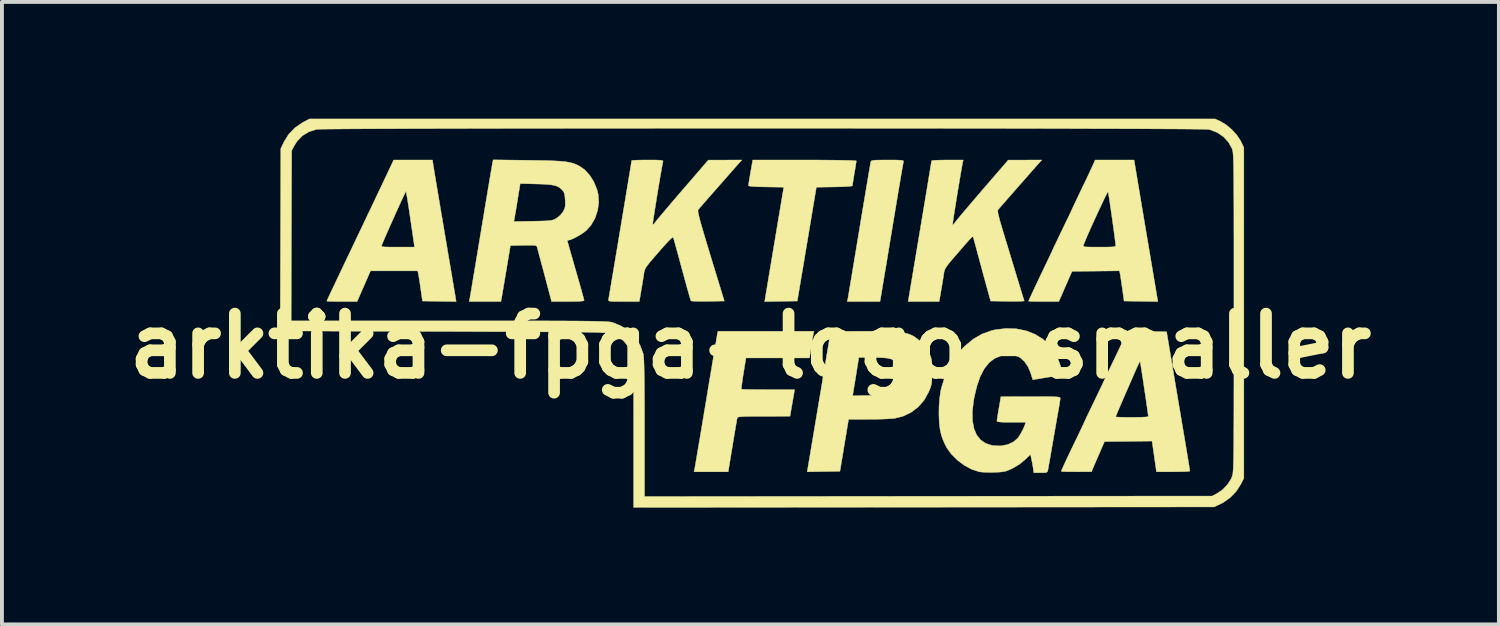
<source format=kicad_pcb>
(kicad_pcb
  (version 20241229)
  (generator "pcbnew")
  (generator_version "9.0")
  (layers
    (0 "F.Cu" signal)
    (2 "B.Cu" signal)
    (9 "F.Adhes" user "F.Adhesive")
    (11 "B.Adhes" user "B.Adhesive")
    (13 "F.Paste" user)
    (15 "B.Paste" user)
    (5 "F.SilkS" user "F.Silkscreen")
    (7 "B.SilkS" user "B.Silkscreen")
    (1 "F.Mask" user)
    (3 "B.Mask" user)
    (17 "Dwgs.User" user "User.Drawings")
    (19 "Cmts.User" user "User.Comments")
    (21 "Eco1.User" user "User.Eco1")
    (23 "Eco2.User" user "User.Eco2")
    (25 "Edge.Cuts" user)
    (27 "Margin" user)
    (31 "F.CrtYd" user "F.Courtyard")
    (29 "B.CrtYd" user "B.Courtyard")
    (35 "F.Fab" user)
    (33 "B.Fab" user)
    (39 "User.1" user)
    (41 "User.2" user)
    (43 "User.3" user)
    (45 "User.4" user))
  (footprint "arktika-fpga-logo-smaller"
    (layer "F.Cu")
    (at 16.227 5.84)
    (property "Reference" "arktika-fpga-logo-smaller" (at 0 0 0) (layer "F.SilkS") (effects (font (size 1.524 1.524) (thickness 0.3))))
    (attr through_hole)
    (fp_poly (pts (xy 1.665 -4.78) (xy 1.916 -4.778) (xy 2.141 -4.776) (xy 2.334 -4.774) (xy 2.493 -4.77) (xy 2.613 -4.767) (xy 2.69 -4.762) (xy 2.72 -4.758) (xy 2.721 -4.757) (xy 2.716 -4.724) (xy 2.705 -4.652) (xy 2.689 -4.551) (xy 2.67 -4.437) (xy 2.65 -4.319) (xy 2.634 -4.219) (xy 2.623 -4.148) (xy 2.619 -4.117) (xy 2.595 -4.11) (xy 2.528 -4.102) (xy 2.426 -4.096) (xy 2.297 -4.091) (xy 2.156 -4.088) (xy 1.694 -4.081) (xy 1.585 -3.432) (xy 1.552 -3.232) (xy 1.512 -2.995) (xy 1.469 -2.736) (xy 1.424 -2.47) (xy 1.381 -2.21) (xy 1.341 -1.971) (xy 1.34 -1.97) (xy 1.204 -1.157) (xy 0.784 -1.15) (xy 0.365 -1.143) (xy 0.61 -2.612) (xy 0.856 -4.081) (xy 0.402 -4.088) (xy 0.225 -4.092) (xy 0.094 -4.097) (xy 0.008 -4.105) (xy -0.039 -4.114) (xy -0.051 -4.124) (xy -0.047 -4.16) (xy -0.035 -4.234) (xy -0.018 -4.338) (xy 0.002 -4.459) (xy 0.004 -4.467) (xy 0.059 -4.78) (xy 1.39 -4.78) (xy 1.665 -4.78)) (stroke (width 0.01) (type solid)) (fill yes) (layer "F.SilkS"))
    (fp_poly (pts (xy 3.68 -4.78) (xy 3.791 -4.778) (xy 3.865 -4.774) (xy 3.908 -4.768) (xy 3.929 -4.758) (xy 3.933 -4.744) (xy 3.931 -4.735) (xy 3.925 -4.703) (xy 3.911 -4.625) (xy 3.89 -4.506) (xy 3.863 -4.348) (xy 3.831 -4.158) (xy 3.794 -3.938) (xy 3.753 -3.694) (xy 3.709 -3.428) (xy 3.662 -3.147) (xy 3.636 -2.987) (xy 3.588 -2.698) (xy 3.542 -2.422) (xy 3.5 -2.163) (xy 3.46 -1.927) (xy 3.425 -1.717) (xy 3.395 -1.538) (xy 3.371 -1.394) (xy 3.353 -1.289) (xy 3.343 -1.227) (xy 3.341 -1.214) (xy 3.327 -1.144) (xy 2.488 -1.144) (xy 2.502 -1.214) (xy 2.509 -1.251) (xy 2.523 -1.333) (xy 2.543 -1.457) (xy 2.57 -1.618) (xy 2.603 -1.812) (xy 2.64 -2.035) (xy 2.681 -2.282) (xy 2.725 -2.549) (xy 2.772 -2.832) (xy 2.798 -2.987) (xy 2.845 -3.276) (xy 2.891 -3.551) (xy 2.934 -3.807) (xy 2.973 -4.041) (xy 3.008 -4.248) (xy 3.037 -4.424) (xy 3.062 -4.565) (xy 3.079 -4.666) (xy 3.09 -4.724) (xy 3.092 -4.735) (xy 3.101 -4.752) (xy 3.123 -4.764) (xy 3.164 -4.772) (xy 3.231 -4.777) (xy 3.333 -4.779) (xy 3.476 -4.78) (xy 3.525 -4.78) (xy 3.68 -4.78)) (stroke (width 0.01) (type solid)) (fill yes) (layer "F.SilkS"))
    (fp_poly (pts (xy 1.619 -0.324) (xy 1.61 -0.277) (xy 1.595 -0.191) (xy 1.577 -0.082) (xy 1.562 0.019) (xy 1.518 0.305) (xy -0.115 0.305) (xy -0.179 0.7) (xy -0.201 0.836) (xy -0.217 0.953) (xy -0.229 1.042) (xy -0.233 1.096) (xy -0.232 1.107) (xy -0.205 1.11) (xy -0.133 1.113) (xy -0.024 1.115) (xy 0.116 1.117) (xy 0.279 1.118) (xy 0.457 1.119) (xy 1.135 1.119) (xy 1.077 1.456) (xy 1.055 1.58) (xy 1.037 1.684) (xy 1.024 1.76) (xy 1.018 1.797) (xy 1.018 1.799) (xy 0.993 1.801) (xy 0.924 1.802) (xy 0.818 1.803) (xy 0.681 1.804) (xy 0.519 1.805) (xy 0.345 1.805) (xy 0.142 1.805) (xy -0.016 1.806) (xy -0.135 1.808) (xy -0.219 1.812) (xy -0.277 1.817) (xy -0.312 1.824) (xy -0.33 1.834) (xy -0.339 1.847) (xy -0.339 1.85) (xy -0.347 1.886) (xy -0.361 1.965) (xy -0.381 2.081) (xy -0.405 2.225) (xy -0.433 2.391) (xy -0.461 2.562) (xy -0.571 3.229) (xy -1.45 3.229) (xy -1.437 3.172) (xy -1.43 3.137) (xy -1.416 3.057) (xy -1.395 2.935) (xy -1.368 2.776) (xy -1.336 2.584) (xy -1.298 2.364) (xy -1.257 2.118) (xy -1.213 1.853) (xy -1.166 1.572) (xy -1.143 1.437) (xy -1.096 1.149) (xy -1.05 0.875) (xy -1.007 0.619) (xy -0.968 0.385) (xy -0.933 0.178) (xy -0.903 0.001) (xy -0.879 -0.14) (xy -0.862 -0.242) (xy -0.852 -0.301) (xy -0.85 -0.311) (xy -0.835 -0.381) (xy 1.633 -0.381) (xy 1.619 -0.324)) (stroke (width 0.01) (type solid)) (fill yes) (layer "F.SilkS"))
    (fp_poly (pts (xy -8.141 -4.608) (xy -8.132 -4.552) (xy -8.116 -4.451) (xy -8.092 -4.31) (xy -8.063 -4.134) (xy -8.028 -3.927) (xy -7.989 -3.695) (xy -7.947 -3.443) (xy -7.901 -3.175) (xy -7.857 -2.911) (xy -7.81 -2.635) (xy -7.766 -2.372) (xy -7.724 -2.125) (xy -7.686 -1.9) (xy -7.652 -1.701) (xy -7.624 -1.533) (xy -7.602 -1.401) (xy -7.586 -1.31) (xy -7.579 -1.264) (xy -7.559 -1.143) (xy -8.425 -1.157) (xy -8.471 -1.475) (xy -8.489 -1.603) (xy -8.507 -1.718) (xy -8.522 -1.809) (xy -8.532 -1.862) (xy -8.532 -1.862) (xy -8.547 -1.932) (xy -9.759 -1.932) (xy -9.931 -1.538) (xy -10.104 -1.144) (xy -10.493 -1.144) (xy -10.627 -1.145) (xy -10.741 -1.147) (xy -10.827 -1.15) (xy -10.875 -1.154) (xy -10.882 -1.156) (xy -10.872 -1.182) (xy -10.842 -1.247) (xy -10.797 -1.344) (xy -10.739 -1.467) (xy -10.671 -1.61) (xy -10.63 -1.697) (xy -10.501 -1.969) (xy -10.368 -2.247) (xy -10.233 -2.529) (xy -10.214 -2.571) (xy -9.475 -2.571) (xy -9.465 -2.559) (xy -9.435 -2.551) (xy -9.379 -2.546) (xy -9.289 -2.544) (xy -9.159 -2.543) (xy -9.059 -2.543) (xy -8.628 -2.543) (xy -8.732 -3.252) (xy -8.759 -3.436) (xy -8.784 -3.604) (xy -8.807 -3.747) (xy -8.826 -3.861) (xy -8.84 -3.939) (xy -8.847 -3.974) (xy -8.848 -3.975) (xy -8.86 -3.955) (xy -8.89 -3.895) (xy -8.933 -3.803) (xy -8.988 -3.684) (xy -9.051 -3.546) (xy -9.119 -3.396) (xy -9.189 -3.24) (xy -9.258 -3.085) (xy -9.323 -2.938) (xy -9.381 -2.806) (xy -9.428 -2.696) (xy -9.462 -2.614) (xy -9.472 -2.587) (xy -9.475 -2.571) (xy -10.214 -2.571) (xy -10.1 -2.81) (xy -9.968 -3.086) (xy -9.842 -3.352) (xy -9.721 -3.605) (xy -9.609 -3.841) (xy -9.508 -4.055) (xy -9.418 -4.243) (xy -9.343 -4.402) (xy -9.284 -4.527) (xy -9.243 -4.614) (xy -9.222 -4.659) (xy -9.166 -4.78) (xy -8.168 -4.78) (xy -8.141 -4.608)) (stroke (width 0.01) (type solid)) (fill yes) (layer "F.SilkS"))
    (fp_poly (pts (xy 3.176 -0.38) (xy 3.402 -0.377) (xy 3.588 -0.372) (xy 3.74 -0.364) (xy 3.864 -0.352) (xy 3.965 -0.336) (xy 4.048 -0.315) (xy 4.12 -0.288) (xy 4.185 -0.256) (xy 4.206 -0.244) (xy 4.337 -0.146) (xy 4.461 -0.014) (xy 4.564 0.134) (xy 4.598 0.199) (xy 4.627 0.264) (xy 4.646 0.323) (xy 4.657 0.388) (xy 4.663 0.473) (xy 4.665 0.59) (xy 4.665 0.661) (xy 4.663 0.796) (xy 4.659 0.895) (xy 4.65 0.971) (xy 4.633 1.04) (xy 4.606 1.114) (xy 4.577 1.182) (xy 4.463 1.388) (xy 4.311 1.563) (xy 4.127 1.703) (xy 3.917 1.803) (xy 3.712 1.855) (xy 3.634 1.863) (xy 3.517 1.87) (xy 3.371 1.876) (xy 3.208 1.88) (xy 3.039 1.881) (xy 3.034 1.881) (xy 2.522 1.881) (xy 2.493 2.053) (xy 2.479 2.133) (xy 2.46 2.252) (xy 2.435 2.398) (xy 2.408 2.56) (xy 2.382 2.721) (xy 2.299 3.216) (xy 1.458 3.23) (xy 1.758 1.443) (xy 1.786 1.276) (xy 2.625 1.276) (xy 3.061 1.267) (xy 3.223 1.262) (xy 3.343 1.258) (xy 3.431 1.251) (xy 3.496 1.241) (xy 3.546 1.227) (xy 3.59 1.207) (xy 3.605 1.199) (xy 3.723 1.11) (xy 3.808 0.991) (xy 3.857 0.853) (xy 3.867 0.706) (xy 3.835 0.562) (xy 3.803 0.496) (xy 3.754 0.425) (xy 3.696 0.372) (xy 3.622 0.335) (xy 3.523 0.311) (xy 3.393 0.298) (xy 3.222 0.293) (xy 3.154 0.292) (xy 2.785 0.292) (xy 2.742 0.559) (xy 2.719 0.703) (xy 2.694 0.859) (xy 2.67 1.002) (xy 2.662 1.051) (xy 2.625 1.276) (xy 1.786 1.276) (xy 1.808 1.149) (xy 1.854 0.868) (xy 1.898 0.607) (xy 1.938 0.368) (xy 1.973 0.156) (xy 2.004 -0.025) (xy 2.028 -0.172) (xy 2.046 -0.28) (xy 2.056 -0.344) (xy 2.059 -0.362) (xy 2.083 -0.367) (xy 2.153 -0.371) (xy 2.261 -0.375) (xy 2.403 -0.377) (xy 2.572 -0.38) (xy 2.762 -0.381) (xy 2.905 -0.381) (xy 3.176 -0.38)) (stroke (width 0.01) (type solid)) (fill yes) (layer "F.SilkS"))
    (fp_poly (pts (xy 9.975 -4.062) (xy 10.007 -3.872) (xy 10.045 -3.643) (xy 10.089 -3.384) (xy 10.135 -3.107) (xy 10.183 -2.823) (xy 10.231 -2.541) (xy 10.276 -2.273) (xy 10.281 -2.243) (xy 10.466 -1.143) (xy 9.598 -1.157) (xy 9.556 -1.46) (xy 9.537 -1.587) (xy 9.52 -1.704) (xy 9.506 -1.797) (xy 9.497 -1.848) (xy 9.481 -1.933) (xy 8.871 -1.926) (xy 8.261 -1.92) (xy 7.921 -1.144) (xy 7.533 -1.144) (xy 7.399 -1.145) (xy 7.285 -1.146) (xy 7.2 -1.149) (xy 7.152 -1.152) (xy 7.145 -1.153) (xy 7.155 -1.181) (xy 7.186 -1.251) (xy 7.235 -1.356) (xy 7.299 -1.494) (xy 7.376 -1.658) (xy 7.465 -1.844) (xy 7.549 -2.018) (xy 7.613 -2.153) (xy 7.67 -2.271) (xy 7.714 -2.366) (xy 7.744 -2.429) (xy 7.755 -2.454) (xy 7.755 -2.454) (xy 7.765 -2.478) (xy 7.795 -2.541) (xy 7.809 -2.571) (xy 8.552 -2.571) (xy 8.563 -2.559) (xy 8.594 -2.551) (xy 8.652 -2.546) (xy 8.744 -2.544) (xy 8.876 -2.543) (xy 8.961 -2.543) (xy 9.117 -2.543) (xy 9.229 -2.545) (xy 9.304 -2.549) (xy 9.35 -2.555) (xy 9.374 -2.565) (xy 9.382 -2.58) (xy 9.382 -2.587) (xy 9.379 -2.625) (xy 9.369 -2.706) (xy 9.355 -2.819) (xy 9.336 -2.957) (xy 9.315 -3.112) (xy 9.292 -3.276) (xy 9.269 -3.439) (xy 9.246 -3.594) (xy 9.226 -3.733) (xy 9.208 -3.846) (xy 9.195 -3.927) (xy 9.188 -3.965) (xy 9.188 -3.966) (xy 9.176 -3.951) (xy 9.146 -3.897) (xy 9.102 -3.809) (xy 9.047 -3.694) (xy 8.984 -3.56) (xy 8.915 -3.413) (xy 8.845 -3.259) (xy 8.775 -3.106) (xy 8.71 -2.96) (xy 8.652 -2.828) (xy 8.604 -2.716) (xy 8.57 -2.631) (xy 8.554 -2.587) (xy 8.552 -2.571) (xy 7.809 -2.571) (xy 7.841 -2.637) (xy 7.899 -2.759) (xy 7.967 -2.901) (xy 8.009 -2.987) (xy 8.081 -3.138) (xy 8.146 -3.272) (xy 8.199 -3.383) (xy 8.238 -3.466) (xy 8.26 -3.513) (xy 8.263 -3.521) (xy 8.274 -3.545) (xy 8.303 -3.608) (xy 8.348 -3.702) (xy 8.405 -3.822) (xy 8.471 -3.96) (xy 8.488 -3.995) (xy 8.562 -4.149) (xy 8.633 -4.298) (xy 8.697 -4.433) (xy 8.748 -4.544) (xy 8.783 -4.619) (xy 8.784 -4.621) (xy 8.855 -4.78) (xy 9.855 -4.78) (xy 9.975 -4.062)) (stroke (width 0.01) (type solid)) (fill yes) (layer "F.SilkS"))
    (fp_poly (pts (xy 10.187 -0.376) (xy 10.69 -0.369) (xy 10.846 0.559) (xy 10.89 0.822) (xy 10.939 1.113) (xy 10.99 1.418) (xy 11.042 1.722) (xy 11.09 2.011) (xy 11.134 2.269) (xy 11.146 2.339) (xy 11.18 2.541) (xy 11.211 2.727) (xy 11.238 2.891) (xy 11.26 3.027) (xy 11.277 3.13) (xy 11.287 3.193) (xy 11.289 3.21) (xy 11.265 3.216) (xy 11.198 3.222) (xy 11.097 3.226) (xy 10.97 3.228) (xy 10.86 3.229) (xy 10.43 3.229) (xy 10.4 3.019) (xy 10.381 2.889) (xy 10.361 2.747) (xy 10.343 2.626) (xy 10.343 2.625) (xy 10.316 2.44) (xy 9.095 2.454) (xy 8.927 2.841) (xy 8.759 3.228) (xy 8.371 3.229) (xy 8.237 3.228) (xy 8.124 3.227) (xy 8.038 3.224) (xy 7.991 3.221) (xy 7.984 3.219) (xy 7.995 3.187) (xy 8.028 3.111) (xy 8.081 2.994) (xy 8.154 2.838) (xy 8.246 2.646) (xy 8.337 2.457) (xy 8.406 2.314) (xy 8.467 2.187) (xy 8.516 2.083) (xy 8.551 2.01) (xy 8.567 1.973) (xy 8.568 1.97) (xy 8.579 1.946) (xy 8.609 1.882) (xy 8.639 1.817) (xy 9.382 1.817) (xy 9.406 1.822) (xy 9.473 1.825) (xy 9.573 1.828) (xy 9.699 1.83) (xy 9.802 1.831) (xy 9.941 1.829) (xy 10.061 1.826) (xy 10.153 1.821) (xy 10.208 1.815) (xy 10.221 1.81) (xy 10.217 1.777) (xy 10.207 1.703) (xy 10.192 1.595) (xy 10.173 1.461) (xy 10.151 1.31) (xy 10.127 1.148) (xy 10.102 0.985) (xy 10.079 0.826) (xy 10.056 0.681) (xy 10.037 0.558) (xy 10.022 0.463) (xy 10.012 0.405) (xy 10.009 0.39) (xy 9.997 0.409) (xy 9.968 0.466) (xy 9.927 0.554) (xy 9.878 0.663) (xy 9.865 0.693) (xy 9.745 0.97) (xy 9.643 1.202) (xy 9.56 1.393) (xy 9.495 1.545) (xy 9.445 1.661) (xy 9.411 1.743) (xy 9.39 1.794) (xy 9.382 1.816) (xy 9.382 1.817) (xy 8.639 1.817) (xy 8.654 1.786) (xy 8.713 1.664) (xy 8.781 1.522) (xy 8.823 1.435) (xy 8.895 1.285) (xy 8.959 1.151) (xy 9.013 1.04) (xy 9.052 0.957) (xy 9.073 0.911) (xy 9.077 0.903) (xy 9.087 0.879) (xy 9.116 0.816) (xy 9.161 0.723) (xy 9.217 0.605) (xy 9.282 0.47) (xy 9.283 0.467) (xy 9.357 0.313) (xy 9.431 0.158) (xy 9.499 0.014) (xy 9.556 -0.106) (xy 9.587 -0.172) (xy 9.684 -0.382) (xy 10.187 -0.376)) (stroke (width 0.01) (type solid)) (fill yes) (layer "F.SilkS"))
    (fp_poly (pts (xy 5.454 -4.723) (xy 5.443 -4.667) (xy 5.426 -4.572) (xy 5.404 -4.447) (xy 5.379 -4.299) (xy 5.351 -4.134) (xy 5.322 -3.961) (xy 5.294 -3.786) (xy 5.267 -3.617) (xy 5.242 -3.462) (xy 5.221 -3.327) (xy 5.205 -3.22) (xy 5.196 -3.149) (xy 5.193 -3.121) (xy 5.211 -3.125) (xy 5.246 -3.163) (xy 5.27 -3.195) (xy 5.302 -3.236) (xy 5.364 -3.311) (xy 5.45 -3.414) (xy 5.557 -3.54) (xy 5.681 -3.686) (xy 5.818 -3.846) (xy 5.963 -4.015) (xy 5.981 -4.036) (xy 6.623 -4.779) (xy 7.054 -4.779) (xy 7.485 -4.78) (xy 7.421 -4.71) (xy 7.389 -4.674) (xy 7.329 -4.607) (xy 7.247 -4.514) (xy 7.147 -4.4) (xy 7.036 -4.274) (xy 6.918 -4.14) (xy 6.799 -4.004) (xy 6.684 -3.873) (xy 6.579 -3.753) (xy 6.489 -3.65) (xy 6.419 -3.57) (xy 6.375 -3.519) (xy 6.364 -3.507) (xy 6.356 -3.488) (xy 6.355 -3.457) (xy 6.361 -3.407) (xy 6.378 -3.334) (xy 6.405 -3.231) (xy 6.445 -3.093) (xy 6.498 -2.915) (xy 6.531 -2.807) (xy 6.595 -2.598) (xy 6.663 -2.374) (xy 6.731 -2.148) (xy 6.796 -1.935) (xy 6.852 -1.749) (xy 6.878 -1.665) (xy 6.923 -1.516) (xy 6.964 -1.384) (xy 6.997 -1.276) (xy 7.022 -1.2) (xy 7.034 -1.164) (xy 7.035 -1.163) (xy 7.015 -1.157) (xy 6.952 -1.152) (xy 6.854 -1.149) (xy 6.729 -1.149) (xy 6.609 -1.15) (xy 6.171 -1.157) (xy 6.114 -1.36) (xy 6.091 -1.445) (xy 6.057 -1.568) (xy 6.015 -1.72) (xy 5.969 -1.89) (xy 5.921 -2.069) (xy 5.899 -2.148) (xy 5.854 -2.315) (xy 5.813 -2.468) (xy 5.778 -2.598) (xy 5.75 -2.699) (xy 5.733 -2.764) (xy 5.728 -2.781) (xy 5.723 -2.798) (xy 5.717 -2.808) (xy 5.705 -2.807) (xy 5.683 -2.791) (xy 5.648 -2.756) (xy 5.595 -2.699) (xy 5.521 -2.616) (xy 5.422 -2.502) (xy 5.294 -2.354) (xy 5.284 -2.342) (xy 5.175 -2.217) (xy 5.096 -2.121) (xy 5.041 -2.049) (xy 5.006 -1.993) (xy 4.985 -1.945) (xy 4.974 -1.899) (xy 4.972 -1.885) (xy 4.961 -1.813) (xy 4.944 -1.705) (xy 4.923 -1.578) (xy 4.902 -1.456) (xy 4.849 -1.144) (xy 4.051 -1.144) (xy 4.352 -2.943) (xy 4.401 -3.239) (xy 4.448 -3.52) (xy 4.492 -3.783) (xy 4.532 -4.023) (xy 4.567 -4.236) (xy 4.597 -4.419) (xy 4.621 -4.566) (xy 4.639 -4.675) (xy 4.65 -4.741) (xy 4.653 -4.761) (xy 4.677 -4.767) (xy 4.743 -4.773) (xy 4.843 -4.777) (xy 4.969 -4.779) (xy 5.06 -4.78) (xy 5.467 -4.78) (xy 5.454 -4.723)) (stroke (width 0.01) (type solid)) (fill yes) (layer "F.SilkS"))
    (fp_poly (pts (xy -5.713 -4.773) (xy -5.447 -4.769) (xy -5.226 -4.765) (xy -5.044 -4.758) (xy -4.896 -4.75) (xy -4.775 -4.739) (xy -4.676 -4.724) (xy -4.594 -4.706) (xy -4.521 -4.683) (xy -4.453 -4.654) (xy -4.403 -4.63) (xy -4.257 -4.529) (xy -4.127 -4.387) (xy -4.02 -4.215) (xy -3.941 -4.02) (xy -3.91 -3.891) (xy -3.896 -3.69) (xy -3.925 -3.484) (xy -3.992 -3.286) (xy -4.093 -3.108) (xy -4.207 -2.979) (xy -4.28 -2.92) (xy -4.374 -2.858) (xy -4.475 -2.8) (xy -4.569 -2.753) (xy -4.644 -2.725) (xy -4.672 -2.721) (xy -4.702 -2.712) (xy -4.704 -2.707) (xy -4.697 -2.68) (xy -4.678 -2.611) (xy -4.648 -2.504) (xy -4.609 -2.367) (xy -4.562 -2.206) (xy -4.511 -2.025) (xy -4.488 -1.946) (xy -4.434 -1.759) (xy -4.385 -1.587) (xy -4.343 -1.437) (xy -4.309 -1.314) (xy -4.285 -1.226) (xy -4.273 -1.178) (xy -4.271 -1.171) (xy -4.297 -1.16) (xy -4.372 -1.151) (xy -4.496 -1.146) (xy -4.668 -1.144) (xy -4.69 -1.144) (xy -5.109 -1.144) (xy -5.133 -1.239) (xy -5.157 -1.328) (xy -5.188 -1.446) (xy -5.225 -1.587) (xy -5.266 -1.742) (xy -5.309 -1.903) (xy -5.352 -2.062) (xy -5.392 -2.212) (xy -5.427 -2.343) (xy -5.455 -2.449) (xy -5.474 -2.521) (xy -5.482 -2.55) (xy -5.492 -2.568) (xy -5.514 -2.58) (xy -5.557 -2.587) (xy -5.629 -2.59) (xy -5.738 -2.59) (xy -5.831 -2.588) (xy -6.166 -2.581) (xy -6.272 -1.945) (xy -6.302 -1.767) (xy -6.33 -1.601) (xy -6.355 -1.456) (xy -6.374 -1.339) (xy -6.388 -1.259) (xy -6.394 -1.227) (xy -6.41 -1.144) (xy -7.225 -1.144) (xy -7.211 -1.214) (xy -7.204 -1.251) (xy -7.19 -1.333) (xy -7.169 -1.457) (xy -7.142 -1.618) (xy -7.11 -1.812) (xy -7.072 -2.035) (xy -7.031 -2.281) (xy -6.987 -2.548) (xy -6.94 -2.83) (xy -6.916 -2.975) (xy -6.879 -3.199) (xy -6.079 -3.199) (xy -5.588 -3.208) (xy -5.418 -3.211) (xy -5.289 -3.215) (xy -5.195 -3.22) (xy -5.128 -3.227) (xy -5.077 -3.238) (xy -5.036 -3.254) (xy -4.996 -3.275) (xy -4.987 -3.28) (xy -4.887 -3.358) (xy -4.813 -3.452) (xy -4.779 -3.517) (xy -4.761 -3.577) (xy -4.756 -3.652) (xy -4.759 -3.749) (xy -4.767 -3.854) (xy -4.781 -3.924) (xy -4.805 -3.975) (xy -4.831 -4.006) (xy -4.884 -4.056) (xy -4.941 -4.094) (xy -5.011 -4.121) (xy -5.103 -4.14) (xy -5.225 -4.153) (xy -5.384 -4.161) (xy -5.493 -4.164) (xy -5.914 -4.175) (xy -5.984 -3.747) (xy -6.007 -3.601) (xy -6.029 -3.469) (xy -6.048 -3.361) (xy -6.061 -3.286) (xy -6.066 -3.258) (xy -6.079 -3.199) (xy -6.879 -3.199) (xy -6.868 -3.263) (xy -6.823 -3.537) (xy -6.78 -3.794) (xy -6.741 -4.028) (xy -6.706 -4.235) (xy -6.676 -4.412) (xy -6.652 -4.553) (xy -6.635 -4.655) (xy -6.624 -4.714) (xy -6.622 -4.725) (xy -6.609 -4.784) (xy -5.713 -4.773)) (stroke (width 0.01) (type solid)) (fill yes) (layer "F.SilkS"))
    (fp_poly (pts (xy -0.284 -4.71) (xy -0.315 -4.675) (xy -0.375 -4.608) (xy -0.457 -4.514) (xy -0.557 -4.401) (xy -0.668 -4.274) (xy -0.786 -4.14) (xy -0.905 -4.004) (xy -1.02 -3.873) (xy -1.126 -3.753) (xy -1.216 -3.649) (xy -1.285 -3.569) (xy -1.329 -3.519) (xy -1.339 -3.507) (xy -1.345 -3.495) (xy -1.347 -3.475) (xy -1.345 -3.444) (xy -1.337 -3.399) (xy -1.323 -3.336) (xy -1.301 -3.252) (xy -1.272 -3.145) (xy -1.233 -3.01) (xy -1.184 -2.844) (xy -1.125 -2.645) (xy -1.053 -2.409) (xy -0.969 -2.132) (xy -0.871 -1.813) (xy -0.803 -1.589) (xy -0.671 -1.157) (xy -1.09 -1.15) (xy -1.231 -1.149) (xy -1.354 -1.15) (xy -1.45 -1.153) (xy -1.511 -1.158) (xy -1.527 -1.163) (xy -1.538 -1.191) (xy -1.56 -1.263) (xy -1.591 -1.372) (xy -1.631 -1.511) (xy -1.676 -1.676) (xy -1.726 -1.859) (xy -1.753 -1.958) (xy -1.805 -2.15) (xy -1.853 -2.328) (xy -1.896 -2.485) (xy -1.932 -2.615) (xy -1.959 -2.712) (xy -1.976 -2.769) (xy -1.979 -2.781) (xy -1.991 -2.791) (xy -2.014 -2.782) (xy -2.051 -2.751) (xy -2.108 -2.694) (xy -2.188 -2.608) (xy -2.295 -2.488) (xy -2.356 -2.418) (xy -2.476 -2.279) (xy -2.567 -2.173) (xy -2.632 -2.092) (xy -2.677 -2.03) (xy -2.705 -1.98) (xy -2.722 -1.937) (xy -2.731 -1.895) (xy -2.732 -1.887) (xy -2.743 -1.814) (xy -2.76 -1.706) (xy -2.781 -1.578) (xy -2.802 -1.456) (xy -2.855 -1.144) (xy -3.256 -1.144) (xy -3.407 -1.145) (xy -3.514 -1.146) (xy -3.585 -1.15) (xy -3.626 -1.157) (xy -3.644 -1.168) (xy -3.648 -1.183) (xy -3.647 -1.189) (xy -3.641 -1.221) (xy -3.628 -1.298) (xy -3.608 -1.416) (xy -3.582 -1.568) (xy -3.552 -1.75) (xy -3.517 -1.957) (xy -3.479 -2.184) (xy -3.438 -2.427) (xy -3.396 -2.68) (xy -3.353 -2.939) (xy -3.31 -3.199) (xy -3.267 -3.454) (xy -3.226 -3.7) (xy -3.188 -3.933) (xy -3.152 -4.146) (xy -3.121 -4.336) (xy -3.094 -4.497) (xy -3.073 -4.625) (xy -3.059 -4.714) (xy -3.052 -4.76) (xy -3.051 -4.765) (xy -3.027 -4.77) (xy -2.961 -4.775) (xy -2.86 -4.778) (xy -2.735 -4.78) (xy -2.643 -4.78) (xy -2.49 -4.78) (xy -2.381 -4.778) (xy -2.309 -4.774) (xy -2.267 -4.768) (xy -2.248 -4.757) (xy -2.245 -4.743) (xy -2.247 -4.735) (xy -2.257 -4.692) (xy -2.272 -4.607) (xy -2.293 -4.49) (xy -2.318 -4.347) (xy -2.345 -4.186) (xy -2.374 -4.014) (xy -2.403 -3.839) (xy -2.43 -3.667) (xy -2.456 -3.507) (xy -2.478 -3.365) (xy -2.495 -3.25) (xy -2.507 -3.167) (xy -2.511 -3.126) (xy -2.511 -3.123) (xy -2.494 -3.126) (xy -2.458 -3.163) (xy -2.434 -3.195) (xy -2.402 -3.236) (xy -2.34 -3.311) (xy -2.254 -3.414) (xy -2.147 -3.54) (xy -2.023 -3.686) (xy -1.886 -3.846) (xy -1.741 -4.015) (xy -1.722 -4.036) (xy -1.081 -4.779) (xy -0.65 -4.779) (xy -0.219 -4.78) (xy -0.284 -4.71)) (stroke (width 0.01) (type solid)) (fill yes) (layer "F.SilkS"))
    (fp_poly (pts (xy 6.829 -0.444) (xy 7.079 -0.394) (xy 7.309 -0.304) (xy 7.513 -0.178) (xy 7.688 -0.017) (xy 7.828 0.178) (xy 7.849 0.216) (xy 7.88 0.283) (xy 7.915 0.371) (xy 7.951 0.469) (xy 7.984 0.566) (xy 8.01 0.65) (xy 8.025 0.711) (xy 8.026 0.737) (xy 8.025 0.737) (xy 7.999 0.741) (xy 7.932 0.752) (xy 7.832 0.769) (xy 7.709 0.789) (xy 7.639 0.801) (xy 7.507 0.823) (xy 7.394 0.842) (xy 7.31 0.855) (xy 7.262 0.863) (xy 7.255 0.864) (xy 7.246 0.842) (xy 7.227 0.783) (xy 7.201 0.7) (xy 7.199 0.692) (xy 7.132 0.532) (xy 7.04 0.397) (xy 6.931 0.299) (xy 6.881 0.27) (xy 6.788 0.243) (xy 6.662 0.23) (xy 6.618 0.229) (xy 6.436 0.251) (xy 6.273 0.316) (xy 6.131 0.426) (xy 6.007 0.581) (xy 5.902 0.782) (xy 5.816 1.03) (xy 5.747 1.324) (xy 5.732 1.408) (xy 5.701 1.678) (xy 5.704 1.914) (xy 5.741 2.115) (xy 5.81 2.281) (xy 5.912 2.41) (xy 6.046 2.501) (xy 6.21 2.553) (xy 6.405 2.564) (xy 6.447 2.562) (xy 6.612 2.529) (xy 6.755 2.462) (xy 6.866 2.366) (xy 6.881 2.347) (xy 6.938 2.258) (xy 6.996 2.151) (xy 7.041 2.051) (xy 7.054 2.015) (xy 7.072 1.958) (xy 6.701 1.958) (xy 6.548 1.957) (xy 6.44 1.953) (xy 6.372 1.946) (xy 6.338 1.936) (xy 6.331 1.926) (xy 6.335 1.889) (xy 6.347 1.814) (xy 6.363 1.711) (xy 6.382 1.602) (xy 6.402 1.487) (xy 6.418 1.392) (xy 6.429 1.327) (xy 6.432 1.303) (xy 6.457 1.301) (xy 6.526 1.3) (xy 6.633 1.299) (xy 6.773 1.298) (xy 6.939 1.297) (xy 7.124 1.297) (xy 7.195 1.297) (xy 7.413 1.297) (xy 7.585 1.298) (xy 7.716 1.299) (xy 7.813 1.302) (xy 7.88 1.306) (xy 7.923 1.312) (xy 7.946 1.32) (xy 7.957 1.331) (xy 7.958 1.341) (xy 7.954 1.383) (xy 7.942 1.463) (xy 7.925 1.569) (xy 7.908 1.665) (xy 7.888 1.774) (xy 7.862 1.922) (xy 7.832 2.095) (xy 7.799 2.283) (xy 7.766 2.474) (xy 7.754 2.543) (xy 7.725 2.714) (xy 7.698 2.871) (xy 7.674 3.005) (xy 7.655 3.11) (xy 7.643 3.178) (xy 7.639 3.197) (xy 7.628 3.228) (xy 7.604 3.245) (xy 7.554 3.253) (xy 7.467 3.254) (xy 7.453 3.254) (xy 7.279 3.254) (xy 7.264 3.146) (xy 7.249 3.053) (xy 7.229 2.946) (xy 7.221 2.911) (xy 7.194 2.783) (xy 7.053 2.919) (xy 6.913 3.033) (xy 6.751 3.131) (xy 6.723 3.145) (xy 6.632 3.186) (xy 6.558 3.213) (xy 6.482 3.229) (xy 6.39 3.238) (xy 6.263 3.244) (xy 6.26 3.244) (xy 6.134 3.245) (xy 6.013 3.242) (xy 5.915 3.234) (xy 5.873 3.228) (xy 5.685 3.166) (xy 5.495 3.064) (xy 5.316 2.93) (xy 5.16 2.774) (xy 5.048 2.62) (xy 4.996 2.521) (xy 4.944 2.4) (xy 4.904 2.288) (xy 4.871 2.141) (xy 4.85 1.958) (xy 4.842 1.754) (xy 4.845 1.542) (xy 4.861 1.337) (xy 4.888 1.152) (xy 4.902 1.089) (xy 4.996 0.779) (xy 5.118 0.507) (xy 5.273 0.264) (xy 5.465 0.041) (xy 5.513 -0.005) (xy 5.725 -0.181) (xy 5.948 -0.31) (xy 6.189 -0.396) (xy 6.285 -0.419) (xy 6.563 -0.453) (xy 6.829 -0.444)) (stroke (width 0.01) (type solid)) (fill yes) (layer "F.SilkS"))
    (fp_poly (pts (xy 12.085 -5.766) (xy 12.224 -5.681) (xy 12.365 -5.562) (xy 12.49 -5.425) (xy 12.586 -5.283) (xy 12.606 -5.245) (xy 12.675 -5.098) (xy 12.675 3.394) (xy 12.598 3.546) (xy 12.48 3.73) (xy 12.325 3.891) (xy 12.146 4.018) (xy 12.085 4.05) (xy 11.912 4.132) (xy -3 4.145) (xy -3 2.242) (xy -3 1.882) (xy -3.001 1.569) (xy -3.001 1.299) (xy -3.002 1.07) (xy -3.004 0.877) (xy -3.006 0.717) (xy -3.008 0.587) (xy -3.011 0.482) (xy -3.015 0.4) (xy -3.02 0.336) (xy -3.026 0.287) (xy -3.032 0.25) (xy -3.04 0.221) (xy -3.042 0.214) (xy -3.131 0.023) (xy -3.255 -0.132) (xy -3.416 -0.251) (xy -3.543 -0.311) (xy -3.561 -0.318) (xy -3.581 -0.323) (xy -3.606 -0.329) (xy -3.638 -0.334) (xy -3.678 -0.338) (xy -3.731 -0.342) (xy -3.797 -0.345) (xy -3.88 -0.349) (xy -3.981 -0.352) (xy -4.103 -0.354) (xy -4.249 -0.357) (xy -4.42 -0.359) (xy -4.62 -0.361) (xy -4.85 -0.362) (xy -5.112 -0.364) (xy -5.41 -0.366) (xy -5.745 -0.367) (xy -6.121 -0.369) (xy -6.538 -0.37) (xy -7 -0.372) (xy -7.509 -0.374) (xy -7.876 -0.375) (xy -12.078 -0.389) (xy -12.078 -0.648) (xy -11.798 -0.648) (xy -7.736 -0.648) (xy -7.202 -0.648) (xy -6.717 -0.648) (xy -6.277 -0.648) (xy -5.882 -0.648) (xy -5.527 -0.647) (xy -5.212 -0.647) (xy -4.932 -0.646) (xy -4.688 -0.645) (xy -4.474 -0.644) (xy -4.29 -0.642) (xy -4.133 -0.64) (xy -4.001 -0.638) (xy -3.891 -0.635) (xy -3.8 -0.633) (xy -3.727 -0.629) (xy -3.669 -0.626) (xy -3.623 -0.621) (xy -3.588 -0.617) (xy -3.56 -0.612) (xy -3.538 -0.606) (xy -3.532 -0.604) (xy -3.313 -0.512) (xy -3.122 -0.383) (xy -2.962 -0.221) (xy -2.84 -0.032) (xy -2.76 0.178) (xy -2.749 0.224) (xy -2.743 0.278) (xy -2.737 0.375) (xy -2.732 0.516) (xy -2.728 0.702) (xy -2.725 0.935) (xy -2.723 1.215) (xy -2.721 1.543) (xy -2.721 1.92) (xy -2.721 2.112) (xy -2.721 3.865) (xy 4.57 3.858) (xy 11.861 3.852) (xy 11.991 3.783) (xy 12.132 3.686) (xy 12.255 3.557) (xy 12.347 3.413) (xy 12.374 3.348) (xy 12.38 3.329) (xy 12.386 3.306) (xy 12.391 3.277) (xy 12.395 3.24) (xy 12.399 3.191) (xy 12.403 3.13) (xy 12.406 3.053) (xy 12.409 2.957) (xy 12.411 2.842) (xy 12.413 2.703) (xy 12.415 2.539) (xy 12.416 2.348) (xy 12.417 2.127) (xy 12.418 1.873) (xy 12.419 1.585) (xy 12.419 1.259) (xy 12.42 0.894) (xy 12.42 0.487) (xy 12.42 0.036) (xy 12.42 -0.462) (xy 12.42 -0.864) (xy 12.42 -1.398) (xy 12.42 -1.883) (xy 12.42 -2.322) (xy 12.42 -2.717) (xy 12.419 -3.071) (xy 12.419 -3.386) (xy 12.418 -3.665) (xy 12.417 -3.909) (xy 12.416 -4.122) (xy 12.415 -4.305) (xy 12.413 -4.461) (xy 12.411 -4.593) (xy 12.409 -4.703) (xy 12.406 -4.792) (xy 12.403 -4.865) (xy 12.399 -4.922) (xy 12.395 -4.967) (xy 12.39 -5.001) (xy 12.385 -5.028) (xy 12.38 -5.049) (xy 12.373 -5.067) (xy 12.372 -5.071) (xy 12.282 -5.235) (xy 12.154 -5.375) (xy 11.996 -5.484) (xy 11.817 -5.554) (xy 11.761 -5.566) (xy 11.724 -5.568) (xy 11.638 -5.57) (xy 11.505 -5.572) (xy 11.327 -5.574) (xy 11.107 -5.576) (xy 10.845 -5.578) (xy 10.545 -5.579) (xy 10.207 -5.581) (xy 9.835 -5.583) (xy 9.43 -5.584) (xy 8.993 -5.585) (xy 8.528 -5.586) (xy 8.035 -5.588) (xy 7.518 -5.589) (xy 6.977 -5.59) (xy 6.415 -5.591) (xy 5.835 -5.591) (xy 5.237 -5.592) (xy 4.624 -5.593) (xy 3.997 -5.593) (xy 3.36 -5.594) (xy 2.713 -5.594) (xy 2.059 -5.595) (xy 1.4 -5.595) (xy 0.738 -5.595) (xy 0.074 -5.595) (xy -0.589 -5.595) (xy -1.249 -5.595) (xy -1.904 -5.595) (xy -2.553 -5.594) (xy -3.194 -5.594) (xy -3.823 -5.594) (xy -4.44 -5.593) (xy -5.043 -5.592) (xy -5.629 -5.592) (xy -6.196 -5.591) (xy -6.743 -5.59) (xy -7.267 -5.589) (xy -7.767 -5.588) (xy -8.24 -5.587) (xy -8.685 -5.586) (xy -9.1 -5.584) (xy -9.482 -5.583) (xy -9.829 -5.581) (xy -10.141 -5.58) (xy -10.414 -5.578) (xy -10.646 -5.576) (xy -10.836 -5.574) (xy -10.982 -5.573) (xy -11.082 -5.57) (xy -11.133 -5.568) (xy -11.139 -5.568) (xy -11.338 -5.507) (xy -11.507 -5.405) (xy -11.644 -5.264) (xy -11.717 -5.149) (xy -11.785 -5.022) (xy -11.792 -2.835) (xy -11.798 -0.648) (xy -12.078 -0.648) (xy -12.071 -2.731) (xy -12.064 -5.072) (xy -11.983 -5.244) (xy -11.864 -5.437) (xy -11.706 -5.603) (xy -11.515 -5.736) (xy -11.489 -5.751) (xy -11.327 -5.835) (xy 11.937 -5.835) (xy 12.085 -5.766)) (stroke (width 0.01) (type solid)) (fill yes) (layer "F.SilkS")))
  (gr_rect
    (start -3 -3)
    (end 35.454 12.99)
    (stroke (width 0.1) (type default))
    (fill no)
    (layer "Edge.Cuts")))
</source>
